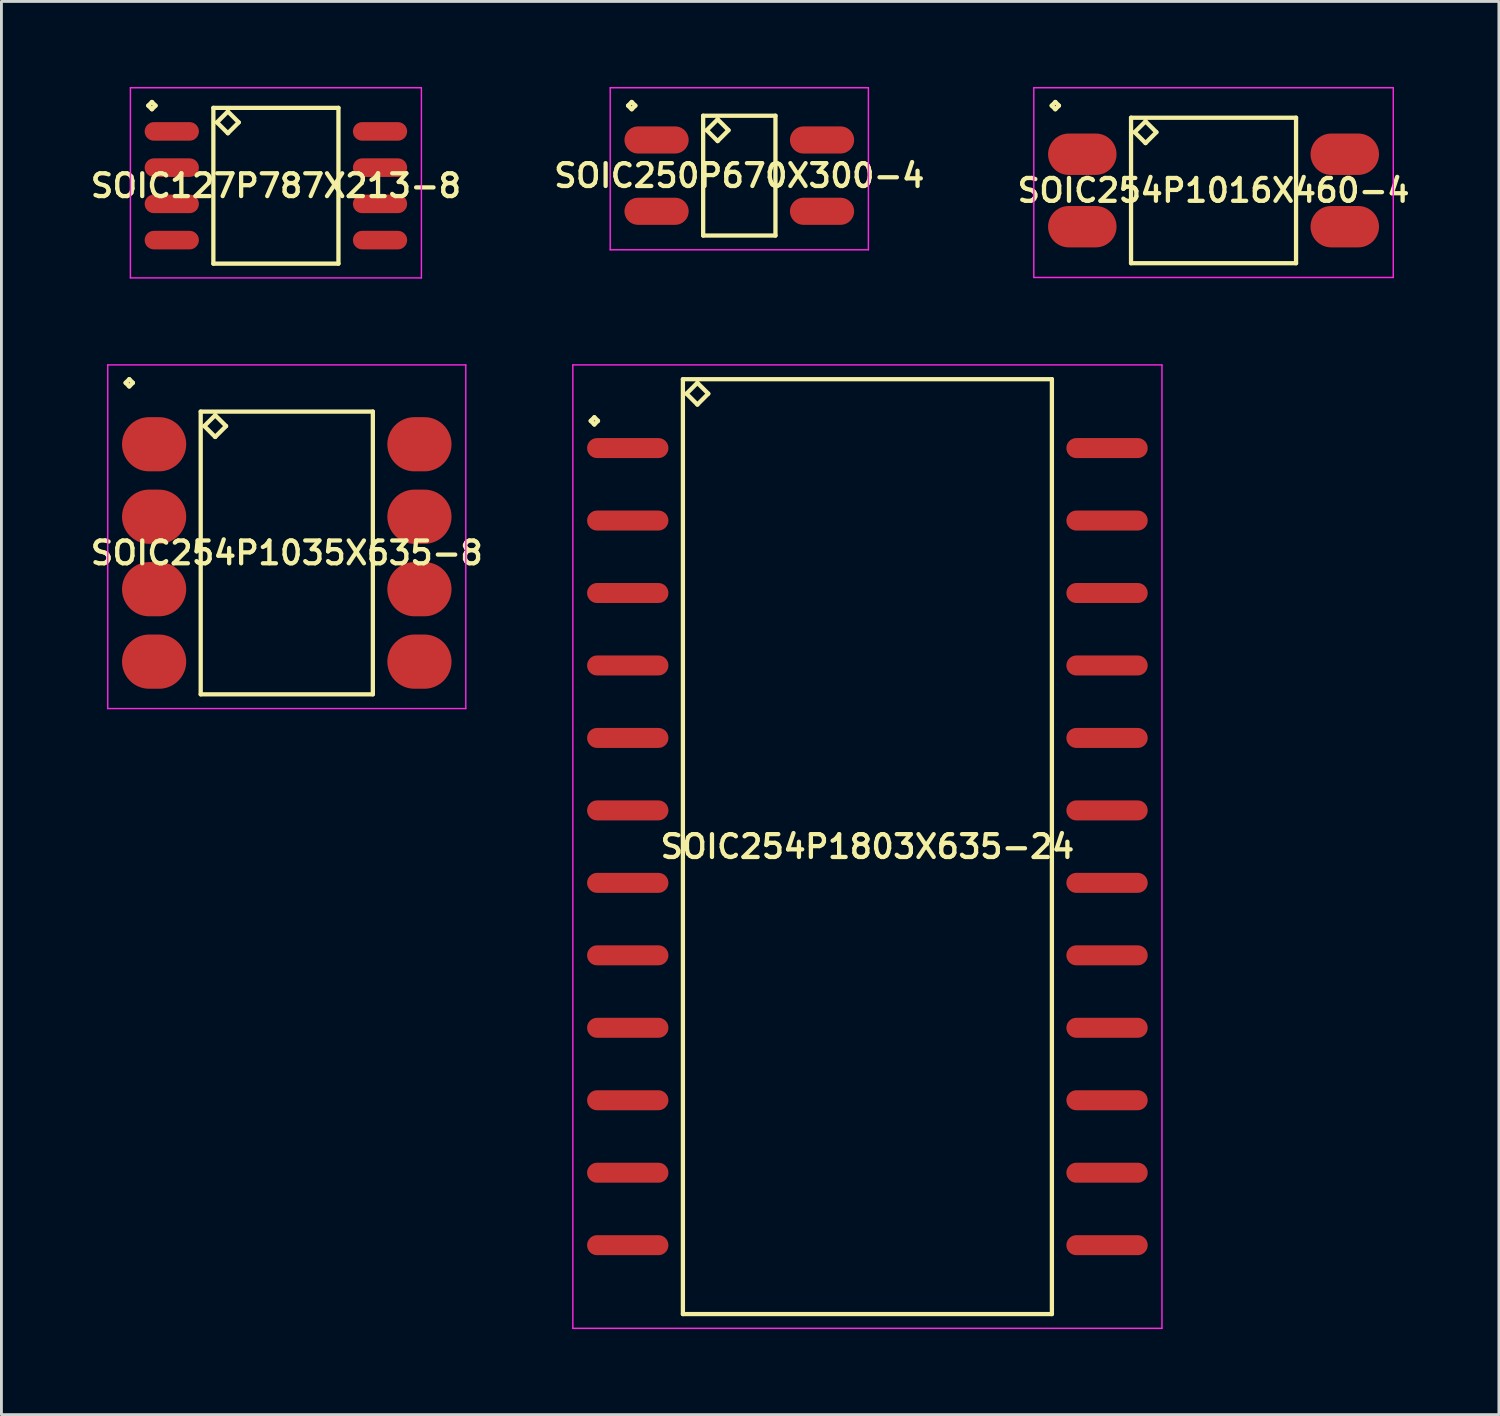
<source format=kicad_pcb>
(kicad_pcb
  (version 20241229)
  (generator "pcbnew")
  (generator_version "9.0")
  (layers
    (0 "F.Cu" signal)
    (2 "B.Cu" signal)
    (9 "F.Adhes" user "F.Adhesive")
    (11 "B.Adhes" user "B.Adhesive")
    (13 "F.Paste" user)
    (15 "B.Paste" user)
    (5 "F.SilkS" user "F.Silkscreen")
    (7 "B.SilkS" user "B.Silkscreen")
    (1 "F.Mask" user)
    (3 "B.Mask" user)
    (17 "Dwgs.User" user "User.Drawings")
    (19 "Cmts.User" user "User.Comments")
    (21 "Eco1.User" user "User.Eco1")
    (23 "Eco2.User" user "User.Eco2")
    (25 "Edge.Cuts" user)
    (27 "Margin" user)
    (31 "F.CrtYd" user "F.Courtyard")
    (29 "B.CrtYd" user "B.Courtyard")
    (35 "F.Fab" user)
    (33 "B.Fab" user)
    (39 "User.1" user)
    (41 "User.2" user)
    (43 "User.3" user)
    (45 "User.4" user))
  (footprint "SOIC127P787X213-8"
    (layer "F.Cu")
    (at 6.621 3.461)
    (property "Reference" "SOIC127P787X213-8" (at 0 0 0) (layer "F.SilkS") (effects (font (size 0.8 0.8) (thickness 0.15))))
    (attr smd)
    (fp_line (start -4.473 -2.809) (end -4.346 -2.936) (stroke (width 0.15) (type solid)) (layer "F.SilkS"))
    (fp_line (start -4.346 -2.936) (end -4.219 -2.809) (stroke (width 0.15) (type solid)) (layer "F.SilkS"))
    (fp_line (start -4.346 -2.682) (end -4.473 -2.809) (stroke (width 0.15) (type solid)) (layer "F.SilkS"))
    (fp_line (start -4.219 -2.809) (end -4.346 -2.682) (stroke (width 0.15) (type solid)) (layer "F.SilkS"))
    (fp_line (start -2.192 -2.73) (end -2.192 2.73) (stroke (width 0.15) (type solid)) (layer "F.SilkS"))
    (fp_line (start -2.192 2.73) (end 2.192 2.73) (stroke (width 0.15) (type solid)) (layer "F.SilkS"))
    (fp_line (start -2.065 -2.222) (end -1.684 -2.603) (stroke (width 0.15) (type solid)) (layer "F.SilkS"))
    (fp_line (start -1.684 -2.603) (end -1.303 -2.222) (stroke (width 0.15) (type solid)) (layer "F.SilkS"))
    (fp_line (start -1.684 -1.841) (end -2.065 -2.222) (stroke (width 0.15) (type solid)) (layer "F.SilkS"))
    (fp_line (start -1.303 -2.222) (end -1.684 -1.841) (stroke (width 0.15) (type solid)) (layer "F.SilkS"))
    (fp_line (start 2.192 -2.73) (end -2.192 -2.73) (stroke (width 0.15) (type solid)) (layer "F.SilkS"))
    (fp_line (start 2.192 2.73) (end 2.192 -2.73) (stroke (width 0.15) (type solid)) (layer "F.SilkS"))
    (fp_line (start -5.1 -3.436) (end 5.1 -3.436) (stroke (width 0.05) (type solid)) (layer "F.CrtYd"))
    (fp_line (start -5.1 3.23) (end -5.1 -3.436) (stroke (width 0.05) (type solid)) (layer "F.CrtYd"))
    (fp_line (start 5.1 -3.436) (end 5.1 3.23) (stroke (width 0.05) (type solid)) (layer "F.CrtYd"))
    (fp_line (start 5.1 3.23) (end -5.1 3.23) (stroke (width 0.05) (type solid)) (layer "F.CrtYd"))
    (pad "1" smd oval (at -3.65 -1.905) (size 1.9 0.65) (layers "F.Cu" "F.Mask" "F.Paste"))
    (pad "2" smd oval (at -3.65 -0.635) (size 1.9 0.65) (layers "F.Cu" "F.Mask" "F.Paste"))
    (pad "3" smd oval (at -3.65 0.635) (size 1.9 0.65) (layers "F.Cu" "F.Mask" "F.Paste"))
    (pad "4" smd oval (at -3.65 1.905) (size 1.9 0.65) (layers "F.Cu" "F.Mask" "F.Paste"))
    (pad "5" smd oval (at 3.65 1.905) (size 1.9 0.65) (layers "F.Cu" "F.Mask" "F.Paste"))
    (pad "6" smd oval (at 3.65 0.635) (size 1.9 0.65) (layers "F.Cu" "F.Mask" "F.Paste"))
    (pad "7" smd oval (at 3.65 -0.635) (size 1.9 0.65) (layers "F.Cu" "F.Mask" "F.Paste"))
    (pad "8" smd oval (at 3.65 -1.905) (size 1.9 0.65) (layers "F.Cu" "F.Mask" "F.Paste")))
  (footprint "SOIC250P670X300-4"
    (layer "F.Cu")
    (at 22.864 3.106)
    (property "Reference" "SOIC250P670X300-4" (at 0 0 0) (layer "F.SilkS") (effects (font (size 0.8 0.8) (thickness 0.15))))
    (attr smd)
    (fp_line (start -3.898 -2.454) (end -3.771 -2.581) (stroke (width 0.15) (type solid)) (layer "F.SilkS"))
    (fp_line (start -3.771 -2.581) (end -3.644 -2.454) (stroke (width 0.15) (type solid)) (layer "F.SilkS"))
    (fp_line (start -3.771 -2.327) (end -3.898 -2.454) (stroke (width 0.15) (type solid)) (layer "F.SilkS"))
    (fp_line (start -3.644 -2.454) (end -3.771 -2.327) (stroke (width 0.15) (type solid)) (layer "F.SilkS"))
    (fp_line (start -1.267 -2.1) (end -1.267 2.1) (stroke (width 0.15) (type solid)) (layer "F.SilkS"))
    (fp_line (start -1.267 2.1) (end 1.267 2.1) (stroke (width 0.15) (type solid)) (layer "F.SilkS"))
    (fp_line (start -1.14 -1.592) (end -0.759 -1.973) (stroke (width 0.15) (type solid)) (layer "F.SilkS"))
    (fp_line (start -0.759 -1.973) (end -0.378 -1.592) (stroke (width 0.15) (type solid)) (layer "F.SilkS"))
    (fp_line (start -0.759 -1.211) (end -1.14 -1.592) (stroke (width 0.15) (type solid)) (layer "F.SilkS"))
    (fp_line (start -0.378 -1.592) (end -0.759 -1.211) (stroke (width 0.15) (type solid)) (layer "F.SilkS"))
    (fp_line (start 1.267 -2.1) (end -1.267 -2.1) (stroke (width 0.15) (type solid)) (layer "F.SilkS"))
    (fp_line (start 1.267 2.1) (end 1.267 -2.1) (stroke (width 0.15) (type solid)) (layer "F.SilkS"))
    (fp_line (start -4.525 -3.081) (end 4.525 -3.081) (stroke (width 0.05) (type solid)) (layer "F.CrtYd"))
    (fp_line (start -4.525 2.6) (end -4.525 -3.081) (stroke (width 0.05) (type solid)) (layer "F.CrtYd"))
    (fp_line (start 4.525 -3.081) (end 4.525 2.6) (stroke (width 0.05) (type solid)) (layer "F.CrtYd"))
    (fp_line (start 4.525 2.6) (end -4.525 2.6) (stroke (width 0.05) (type solid)) (layer "F.CrtYd"))
    (pad "1" smd oval (at -2.9 -1.25) (size 2.25 0.95) (layers "F.Cu" "F.Mask" "F.Paste"))
    (pad "2" smd oval (at -2.9 1.25) (size 2.25 0.95) (layers "F.Cu" "F.Mask" "F.Paste"))
    (pad "3" smd oval (at 2.9 1.25) (size 2.25 0.95) (layers "F.Cu" "F.Mask" "F.Paste"))
    (pad "4" smd oval (at 2.9 -1.25) (size 2.25 0.95) (layers "F.Cu" "F.Mask" "F.Paste")))
  (footprint "SOIC254P1035X635-8"
    (layer "F.Cu")
    (at 7.002 16.332)
    (property "Reference" "SOIC254P1035X635-8" (at 0 0 0) (layer "F.SilkS") (effects (font (size 0.8 0.8) (thickness 0.15))))
    (attr smd)
    (fp_line (start -5.648 -5.964) (end -5.521 -6.091) (stroke (width 0.15) (type solid)) (layer "F.SilkS"))
    (fp_line (start -5.521 -6.091) (end -5.394 -5.964) (stroke (width 0.15) (type solid)) (layer "F.SilkS"))
    (fp_line (start -5.521 -5.837) (end -5.648 -5.964) (stroke (width 0.15) (type solid)) (layer "F.SilkS"))
    (fp_line (start -5.394 -5.964) (end -5.521 -5.837) (stroke (width 0.15) (type solid)) (layer "F.SilkS"))
    (fp_line (start -3.017 -4.955) (end -3.017 4.955) (stroke (width 0.15) (type solid)) (layer "F.SilkS"))
    (fp_line (start -3.017 4.955) (end 3.017 4.955) (stroke (width 0.15) (type solid)) (layer "F.SilkS"))
    (fp_line (start -2.89 -4.447) (end -2.509 -4.828) (stroke (width 0.15) (type solid)) (layer "F.SilkS"))
    (fp_line (start -2.509 -4.828) (end -2.128 -4.447) (stroke (width 0.15) (type solid)) (layer "F.SilkS"))
    (fp_line (start -2.509 -4.066) (end -2.89 -4.447) (stroke (width 0.15) (type solid)) (layer "F.SilkS"))
    (fp_line (start -2.128 -4.447) (end -2.509 -4.066) (stroke (width 0.15) (type solid)) (layer "F.SilkS"))
    (fp_line (start 3.017 -4.955) (end -3.017 -4.955) (stroke (width 0.15) (type solid)) (layer "F.SilkS"))
    (fp_line (start 3.017 4.955) (end 3.017 -4.955) (stroke (width 0.15) (type solid)) (layer "F.SilkS"))
    (fp_line (start -6.275 -6.591) (end 6.275 -6.591) (stroke (width 0.05) (type solid)) (layer "F.CrtYd"))
    (fp_line (start -6.275 5.455) (end -6.275 -6.591) (stroke (width 0.05) (type solid)) (layer "F.CrtYd"))
    (fp_line (start 6.275 -6.591) (end 6.275 5.455) (stroke (width 0.05) (type solid)) (layer "F.CrtYd"))
    (fp_line (start 6.275 5.455) (end -6.275 5.455) (stroke (width 0.05) (type solid)) (layer "F.CrtYd"))
    (pad "1" smd oval (at -4.65 -3.81) (size 2.25 1.9) (layers "F.Cu" "F.Mask" "F.Paste"))
    (pad "2" smd oval (at -4.65 -1.27) (size 2.25 1.9) (layers "F.Cu" "F.Mask" "F.Paste"))
    (pad "3" smd oval (at -4.65 1.27) (size 2.25 1.9) (layers "F.Cu" "F.Mask" "F.Paste"))
    (pad "4" smd oval (at -4.65 3.81) (size 2.25 1.9) (layers "F.Cu" "F.Mask" "F.Paste"))
    (pad "5" smd oval (at 4.65 3.81) (size 2.25 1.9) (layers "F.Cu" "F.Mask" "F.Paste"))
    (pad "6" smd oval (at 4.65 1.27) (size 2.25 1.9) (layers "F.Cu" "F.Mask" "F.Paste"))
    (pad "7" smd oval (at 4.65 -1.27) (size 2.25 1.9) (layers "F.Cu" "F.Mask" "F.Paste"))
    (pad "8" smd oval (at 4.65 -3.81) (size 2.25 1.9) (layers "F.Cu" "F.Mask" "F.Paste")))
  (footprint "SOIC254P1016X460-4"
    (layer "F.Cu")
    (at 39.487 3.626)
    (property "Reference" "SOIC254P1016X460-4" (at 0 0 0) (layer "F.SilkS") (effects (font (size 0.8 0.8) (thickness 0.15))))
    (attr smd)
    (fp_line (start -5.673 -2.974) (end -5.546 -3.101) (stroke (width 0.15) (type solid)) (layer "F.SilkS"))
    (fp_line (start -5.546 -3.101) (end -5.419 -2.974) (stroke (width 0.15) (type solid)) (layer "F.SilkS"))
    (fp_line (start -5.546 -2.847) (end -5.673 -2.974) (stroke (width 0.15) (type solid)) (layer "F.SilkS"))
    (fp_line (start -5.419 -2.974) (end -5.546 -2.847) (stroke (width 0.15) (type solid)) (layer "F.SilkS"))
    (fp_line (start -2.892 -2.55) (end -2.892 2.55) (stroke (width 0.15) (type solid)) (layer "F.SilkS"))
    (fp_line (start -2.892 2.55) (end 2.892 2.55) (stroke (width 0.15) (type solid)) (layer "F.SilkS"))
    (fp_line (start -2.765 -2.042) (end -2.384 -2.423) (stroke (width 0.15) (type solid)) (layer "F.SilkS"))
    (fp_line (start -2.384 -2.423) (end -2.003 -2.042) (stroke (width 0.15) (type solid)) (layer "F.SilkS"))
    (fp_line (start -2.384 -1.661) (end -2.765 -2.042) (stroke (width 0.15) (type solid)) (layer "F.SilkS"))
    (fp_line (start -2.003 -2.042) (end -2.384 -1.661) (stroke (width 0.15) (type solid)) (layer "F.SilkS"))
    (fp_line (start 2.892 -2.55) (end -2.892 -2.55) (stroke (width 0.15) (type solid)) (layer "F.SilkS"))
    (fp_line (start 2.892 2.55) (end 2.892 -2.55) (stroke (width 0.15) (type solid)) (layer "F.SilkS"))
    (fp_line (start -6.3 -3.601) (end 6.3 -3.601) (stroke (width 0.05) (type solid)) (layer "F.CrtYd"))
    (fp_line (start -6.3 3.05) (end -6.3 -3.601) (stroke (width 0.05) (type solid)) (layer "F.CrtYd"))
    (fp_line (start 6.3 -3.601) (end 6.3 3.05) (stroke (width 0.05) (type solid)) (layer "F.CrtYd"))
    (fp_line (start 6.3 3.05) (end -6.3 3.05) (stroke (width 0.05) (type solid)) (layer "F.CrtYd"))
    (pad "1" smd oval (at -4.6 -1.27) (size 2.4 1.45) (layers "F.Cu" "F.Mask" "F.Paste"))
    (pad "2" smd oval (at -4.6 1.27) (size 2.4 1.45) (layers "F.Cu" "F.Mask" "F.Paste"))
    (pad "3" smd oval (at 4.6 1.27) (size 2.4 1.45) (layers "F.Cu" "F.Mask" "F.Paste"))
    (pad "4" smd oval (at 4.6 -1.27) (size 2.4 1.45) (layers "F.Cu" "F.Mask" "F.Paste")))
  (footprint "SOIC254P1803X635-24"
    (layer "F.Cu")
    (at 27.354 26.626)
    (property "Reference" "SOIC254P1803X635-24" (at 0 0 0) (layer "F.SilkS") (effects (font (size 0.8 0.8) (thickness 0.15))))
    (attr smd)
    (fp_line (start -9.698 -14.924) (end -9.571 -15.051) (stroke (width 0.15) (type solid)) (layer "F.SilkS"))
    (fp_line (start -9.571 -15.051) (end -9.444 -14.924) (stroke (width 0.15) (type solid)) (layer "F.SilkS"))
    (fp_line (start -9.571 -14.797) (end -9.698 -14.924) (stroke (width 0.15) (type solid)) (layer "F.SilkS"))
    (fp_line (start -9.444 -14.924) (end -9.571 -14.797) (stroke (width 0.15) (type solid)) (layer "F.SilkS"))
    (fp_line (start -6.467 -16.385) (end -6.467 16.385) (stroke (width 0.15) (type solid)) (layer "F.SilkS"))
    (fp_line (start -6.467 16.385) (end 6.467 16.385) (stroke (width 0.15) (type solid)) (layer "F.SilkS"))
    (fp_line (start -6.34 -15.877) (end -5.959 -16.258) (stroke (width 0.15) (type solid)) (layer "F.SilkS"))
    (fp_line (start -5.959 -16.258) (end -5.578 -15.877) (stroke (width 0.15) (type solid)) (layer "F.SilkS"))
    (fp_line (start -5.959 -15.496) (end -6.34 -15.877) (stroke (width 0.15) (type solid)) (layer "F.SilkS"))
    (fp_line (start -5.578 -15.877) (end -5.959 -15.496) (stroke (width 0.15) (type solid)) (layer "F.SilkS"))
    (fp_line (start 6.467 -16.385) (end -6.467 -16.385) (stroke (width 0.15) (type solid)) (layer "F.SilkS"))
    (fp_line (start 6.467 16.385) (end 6.467 -16.385) (stroke (width 0.15) (type solid)) (layer "F.SilkS"))
    (fp_line (start -10.325 -16.885) (end 10.325 -16.885) (stroke (width 0.05) (type solid)) (layer "F.CrtYd"))
    (fp_line (start -10.325 16.885) (end -10.325 -16.885) (stroke (width 0.05) (type solid)) (layer "F.CrtYd"))
    (fp_line (start 10.325 -16.885) (end 10.325 16.885) (stroke (width 0.05) (type solid)) (layer "F.CrtYd"))
    (fp_line (start 10.325 16.885) (end -10.325 16.885) (stroke (width 0.05) (type solid)) (layer "F.CrtYd"))
    (pad "1" smd oval (at -8.4 -13.97) (size 2.85 0.7) (layers "F.Cu" "F.Mask" "F.Paste"))
    (pad "2" smd oval (at -8.4 -11.43) (size 2.85 0.7) (layers "F.Cu" "F.Mask" "F.Paste"))
    (pad "3" smd oval (at -8.4 -8.89) (size 2.85 0.7) (layers "F.Cu" "F.Mask" "F.Paste"))
    (pad "4" smd oval (at -8.4 -6.35) (size 2.85 0.7) (layers "F.Cu" "F.Mask" "F.Paste"))
    (pad "5" smd oval (at -8.4 -3.81) (size 2.85 0.7) (layers "F.Cu" "F.Mask" "F.Paste"))
    (pad "6" smd oval (at -8.4 -1.27) (size 2.85 0.7) (layers "F.Cu" "F.Mask" "F.Paste"))
    (pad "7" smd oval (at -8.4 1.27) (size 2.85 0.7) (layers "F.Cu" "F.Mask" "F.Paste"))
    (pad "8" smd oval (at -8.4 3.81) (size 2.85 0.7) (layers "F.Cu" "F.Mask" "F.Paste"))
    (pad "9" smd oval (at -8.4 6.35) (size 2.85 0.7) (layers "F.Cu" "F.Mask" "F.Paste"))
    (pad "10" smd oval (at -8.4 8.89) (size 2.85 0.7) (layers "F.Cu" "F.Mask" "F.Paste"))
    (pad "11" smd oval (at -8.4 11.43) (size 2.85 0.7) (layers "F.Cu" "F.Mask" "F.Paste"))
    (pad "12" smd oval (at -8.4 13.97) (size 2.85 0.7) (layers "F.Cu" "F.Mask" "F.Paste"))
    (pad "13" smd oval (at 8.4 13.97) (size 2.85 0.7) (layers "F.Cu" "F.Mask" "F.Paste"))
    (pad "14" smd oval (at 8.4 11.43) (size 2.85 0.7) (layers "F.Cu" "F.Mask" "F.Paste"))
    (pad "15" smd oval (at 8.4 8.89) (size 2.85 0.7) (layers "F.Cu" "F.Mask" "F.Paste"))
    (pad "16" smd oval (at 8.4 6.35) (size 2.85 0.7) (layers "F.Cu" "F.Mask" "F.Paste"))
    (pad "17" smd oval (at 8.4 3.81) (size 2.85 0.7) (layers "F.Cu" "F.Mask" "F.Paste"))
    (pad "18" smd oval (at 8.4 1.27) (size 2.85 0.7) (layers "F.Cu" "F.Mask" "F.Paste"))
    (pad "19" smd oval (at 8.4 -1.27) (size 2.85 0.7) (layers "F.Cu" "F.Mask" "F.Paste"))
    (pad "20" smd oval (at 8.4 -3.81) (size 2.85 0.7) (layers "F.Cu" "F.Mask" "F.Paste"))
    (pad "21" smd oval (at 8.4 -6.35) (size 2.85 0.7) (layers "F.Cu" "F.Mask" "F.Paste"))
    (pad "22" smd oval (at 8.4 -8.89) (size 2.85 0.7) (layers "F.Cu" "F.Mask" "F.Paste"))
    (pad "23" smd oval (at 8.4 -11.43) (size 2.85 0.7) (layers "F.Cu" "F.Mask" "F.Paste"))
    (pad "24" smd oval (at 8.4 -13.97) (size 2.85 0.7) (layers "F.Cu" "F.Mask" "F.Paste")))
  (gr_rect
    (start -3 -3)
    (end 49.489 46.536)
    (stroke (width 0.1) (type default))
    (fill no)
    (layer "Edge.Cuts")))
</source>
